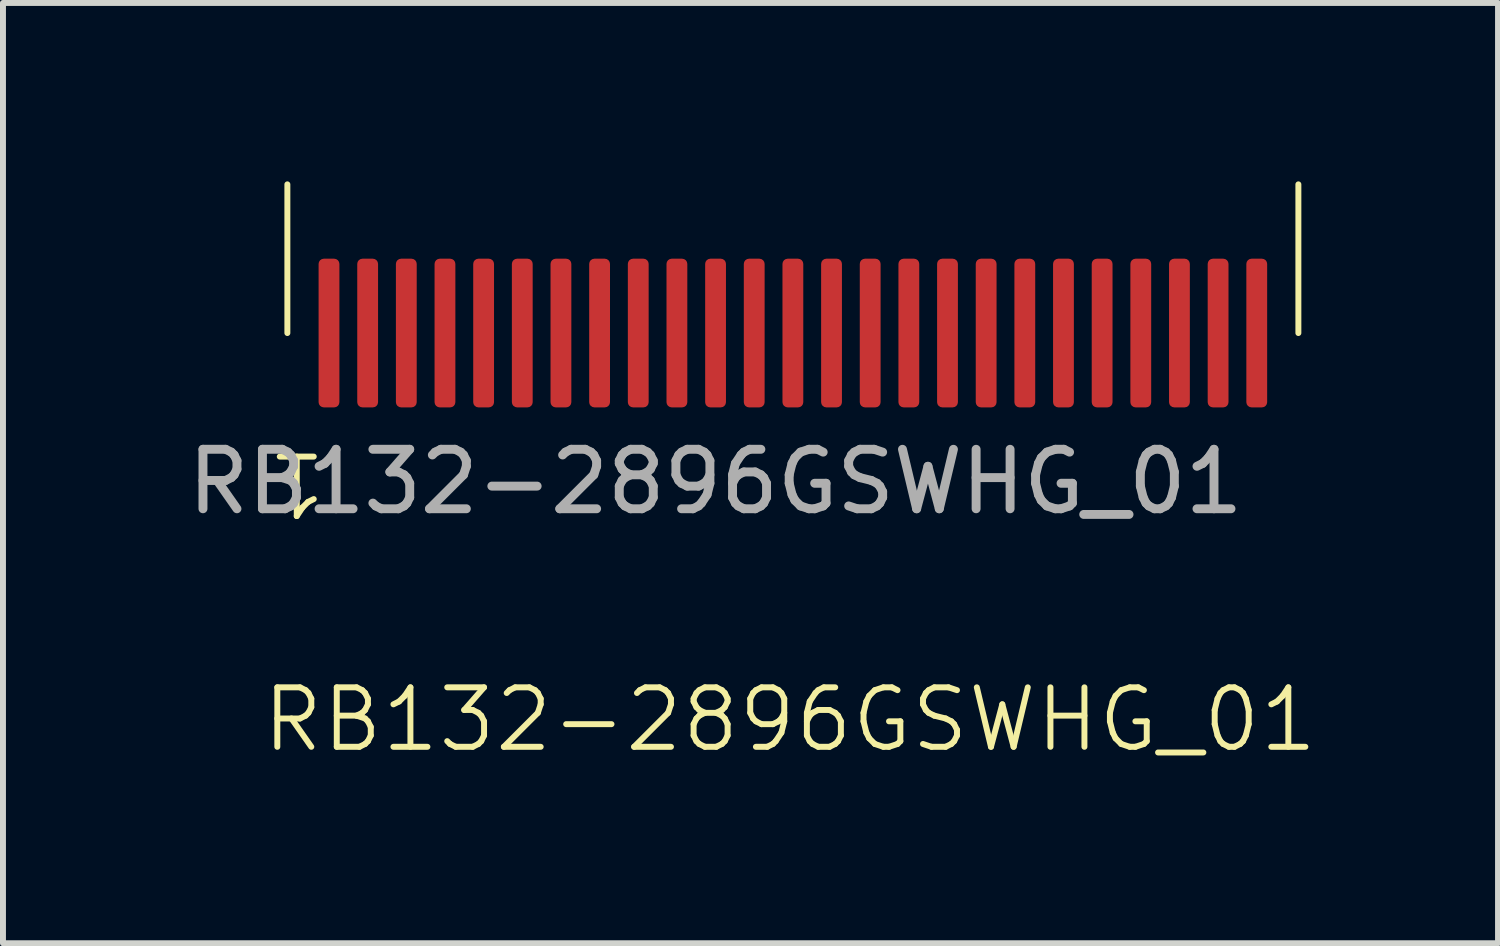
<source format=kicad_pcb>
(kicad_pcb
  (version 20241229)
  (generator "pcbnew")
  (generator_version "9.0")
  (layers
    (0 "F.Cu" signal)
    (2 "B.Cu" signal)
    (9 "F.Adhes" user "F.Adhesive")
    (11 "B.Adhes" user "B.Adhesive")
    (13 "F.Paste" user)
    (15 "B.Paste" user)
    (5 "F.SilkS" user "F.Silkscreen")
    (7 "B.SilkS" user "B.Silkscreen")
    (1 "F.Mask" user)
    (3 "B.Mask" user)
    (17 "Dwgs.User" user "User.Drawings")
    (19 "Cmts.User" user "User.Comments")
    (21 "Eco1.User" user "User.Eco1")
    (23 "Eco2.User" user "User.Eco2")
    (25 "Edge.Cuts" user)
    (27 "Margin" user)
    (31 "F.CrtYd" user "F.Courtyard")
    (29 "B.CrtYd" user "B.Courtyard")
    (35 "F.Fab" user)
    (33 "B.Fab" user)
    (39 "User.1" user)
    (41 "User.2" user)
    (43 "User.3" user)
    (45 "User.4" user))
  (footprint "RB132-2896GSWHG_01"
    (layer "F.Cu")
    (at 10.282 2.55)
    (property "Reference" "RB132-2896GSWHG_01" (at -0.05 6.5 0) (unlocked yes) (layer "F.SilkS") (effects (font (size 1 1) (thickness 0.1))))
    (attr smd)
    (fp_line (start -8.5 -2.5) (end -8.5 0) (stroke (width 0.1) (type default)) (layer "F.SilkS"))
    (fp_line (start 8.5 0) (end 8.5 -2.5) (stroke (width 0.1) (type default)) (layer "F.SilkS"))
    (fp_text user "1" (at -7.8 1.95 180) (unlocked yes) (layer "F.SilkS") (effects (font (size 1 1) (thickness 0.1)) (justify left bottom)))
    (fp_text user "${REFERENCE}" (at -1.3 2.5 0) (unlocked yes) (layer "F.Fab") (effects (font (size 1 1) (thickness 0.15))))
    (pad "1" smd roundrect (at -7.8 0 90) (size 2.5 0.35) (layers "F.Cu" "F.Mask" "F.Paste") (roundrect_rratio 0.25))
    (pad "2" smd roundrect (at -7.15 0 90) (size 2.5 0.35) (layers "F.Cu" "F.Mask" "F.Paste") (roundrect_rratio 0.25))
    (pad "3" smd roundrect (at -6.5 0 90) (size 2.5 0.35) (layers "F.Cu" "F.Mask" "F.Paste") (roundrect_rratio 0.25))
    (pad "4" smd roundrect (at -5.85 0 90) (size 2.5 0.35) (layers "F.Cu" "F.Mask" "F.Paste") (roundrect_rratio 0.25))
    (pad "5" smd roundrect (at -5.2 0 90) (size 2.5 0.35) (layers "F.Cu" "F.Mask" "F.Paste") (roundrect_rratio 0.25))
    (pad "6" smd roundrect (at -4.55 0 90) (size 2.5 0.35) (layers "F.Cu" "F.Mask" "F.Paste") (roundrect_rratio 0.25))
    (pad "7" smd roundrect (at -3.9 0 90) (size 2.5 0.35) (layers "F.Cu" "F.Mask" "F.Paste") (roundrect_rratio 0.25))
    (pad "8" smd roundrect (at -3.25 0 90) (size 2.5 0.35) (layers "F.Cu" "F.Mask" "F.Paste") (roundrect_rratio 0.25))
    (pad "9" smd roundrect (at -2.6 0 270) (size 2.5 0.35) (layers "F.Cu" "F.Mask" "F.Paste") (roundrect_rratio 0.25))
    (pad "10" smd roundrect (at -1.95 0 270) (size 2.5 0.35) (layers "F.Cu" "F.Mask" "F.Paste") (roundrect_rratio 0.25))
    (pad "11" smd roundrect (at -1.3 0 270) (size 2.5 0.35) (layers "F.Cu" "F.Mask" "F.Paste") (roundrect_rratio 0.25))
    (pad "12" smd roundrect (at -0.65 0 270) (size 2.5 0.35) (layers "F.Cu" "F.Mask" "F.Paste") (roundrect_rratio 0.25))
    (pad "13" smd roundrect (at 0 0 270) (size 2.5 0.35) (layers "F.Cu" "F.Mask" "F.Paste") (roundrect_rratio 0.25))
    (pad "14" smd roundrect (at 0.65 0 270) (size 2.5 0.35) (layers "F.Cu" "F.Mask" "F.Paste") (roundrect_rratio 0.25))
    (pad "15" smd roundrect (at 1.3 0 270) (size 2.5 0.35) (layers "F.Cu" "F.Mask" "F.Paste") (roundrect_rratio 0.25))
    (pad "16" smd roundrect (at 1.95 0 270) (size 2.5 0.35) (layers "F.Cu" "F.Mask" "F.Paste") (roundrect_rratio 0.25))
    (pad "17" smd roundrect (at 2.6 0 270) (size 2.5 0.35) (layers "F.Cu" "F.Mask" "F.Paste") (roundrect_rratio 0.25))
    (pad "18" smd roundrect (at 3.25 0 270) (size 2.5 0.35) (layers "F.Cu" "F.Mask" "F.Paste") (roundrect_rratio 0.25))
    (pad "19" smd roundrect (at 3.9 0 270) (size 2.5 0.35) (layers "F.Cu" "F.Mask" "F.Paste") (roundrect_rratio 0.25))
    (pad "20" smd roundrect (at 4.55 0 270) (size 2.5 0.35) (layers "F.Cu" "F.Mask" "F.Paste") (roundrect_rratio 0.25))
    (pad "21" smd roundrect (at 5.2 0 270) (size 2.5 0.35) (layers "F.Cu" "F.Mask" "F.Paste") (roundrect_rratio 0.25))
    (pad "22" smd roundrect (at 5.85 0 270) (size 2.5 0.35) (layers "F.Cu" "F.Mask" "F.Paste") (roundrect_rratio 0.25))
    (pad "23" smd roundrect (at 6.5 0 270) (size 2.5 0.35) (layers "F.Cu" "F.Mask" "F.Paste") (roundrect_rratio 0.25))
    (pad "24" smd roundrect (at 7.15 0 270) (size 2.5 0.35) (layers "F.Cu" "F.Mask" "F.Paste") (roundrect_rratio 0.25))
    (pad "25" smd roundrect (at 7.8 0 270) (size 2.5 0.35) (layers "F.Cu" "F.Mask" "F.Paste") (roundrect_rratio 0.25)))
  (gr_rect
    (start -3 -3)
    (end 22.139 12.81)
    (stroke (width 0.1) (type default))
    (fill no)
    (layer "Edge.Cuts")))
</source>
